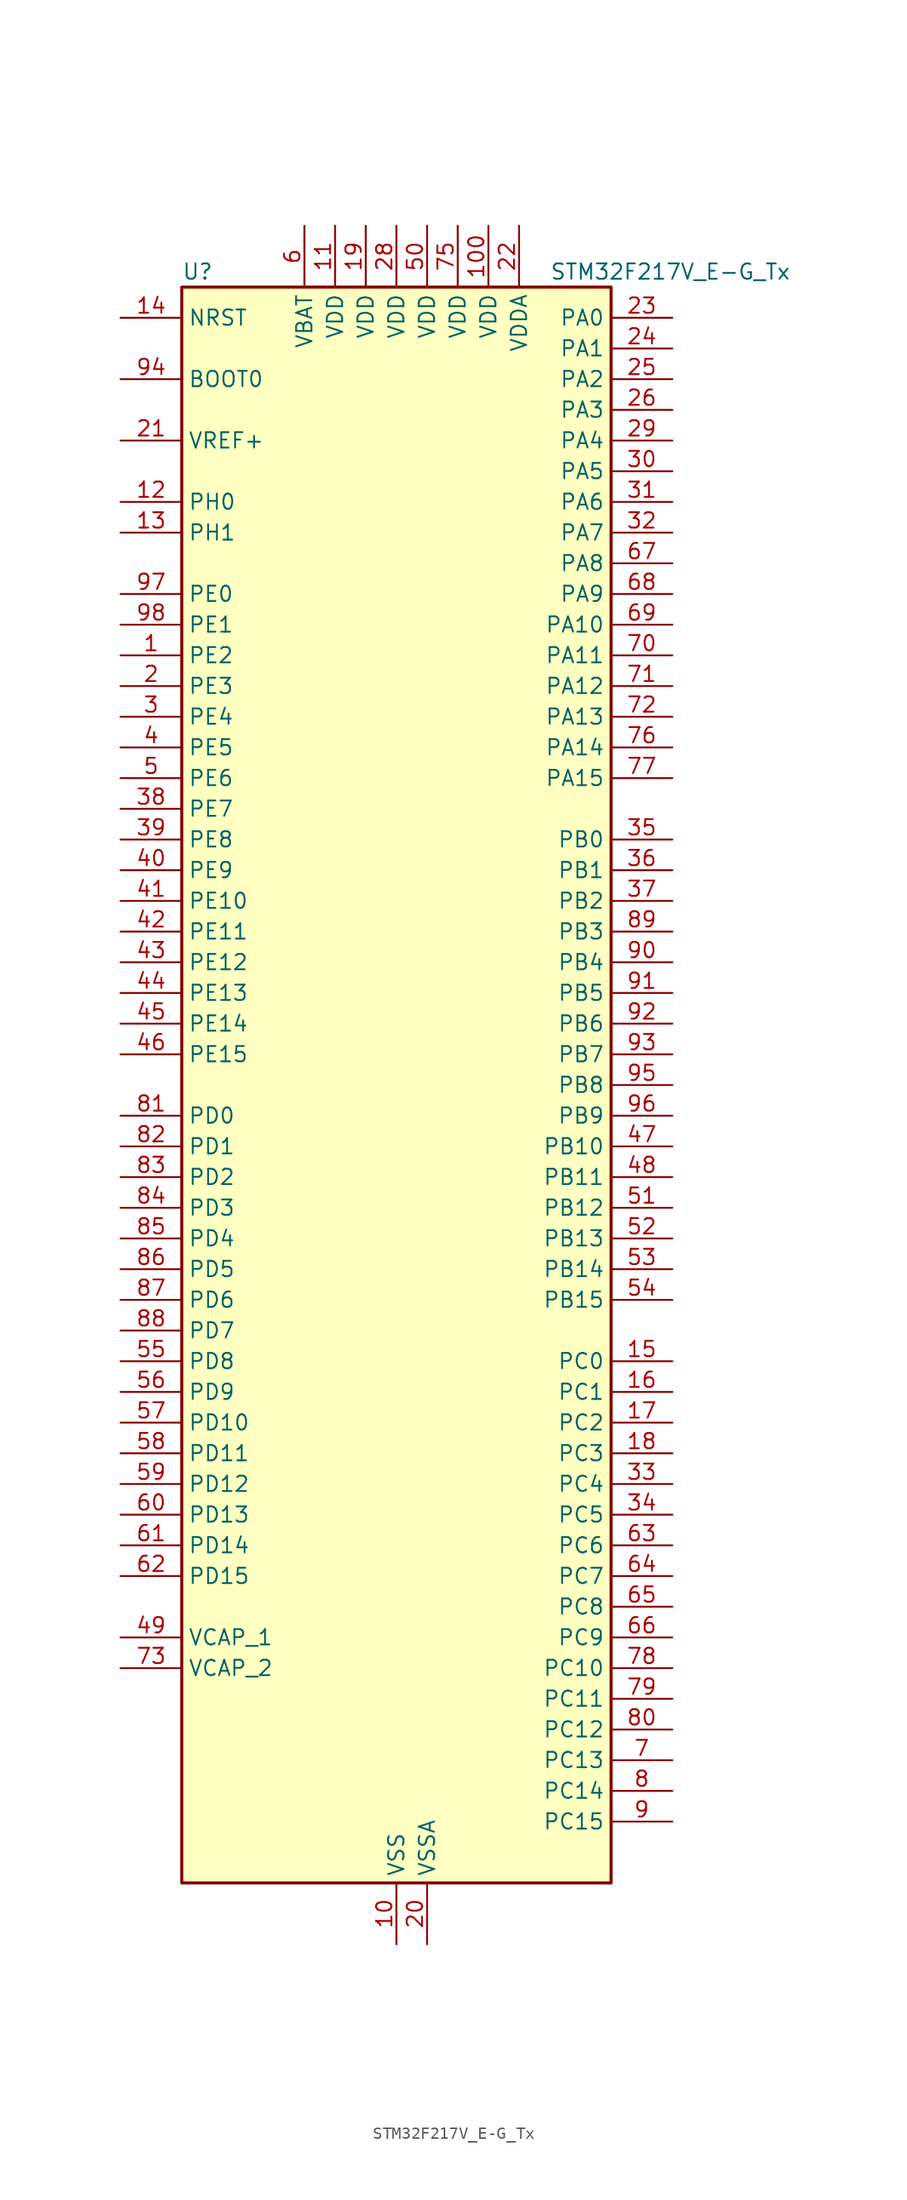
<source format=kicad_sym>
(kicad_symbol_lib
  (version 20220914)
  (generator kicad_symbol_editor)
  (symbol "STM32F217V_E-G_Tx"
    (property "Reference" "U"
      (at -17.78 67.31 0)
      (effects (font (size 1.27 1.27)) (justify left)))
    (property "Value" "STM32F217V_E-G_Tx"
      (at 12.7 67.31 0)
      (effects (font (size 1.27 1.27)) (justify left)))
    (property "ki_locked" ""
      (at 0 0 0)
      (effects (font (size 1.27 1.27))))
    (symbol "STM32F217V_E-G_Tx_0_1"
      (rectangle (start -17.78 -66.04) (end 17.78 66.04) (stroke (width 0.254) (type default)) (fill (type background))))
    (symbol "STM32F217V_E-G_Tx_1_1"
      (pin bidirectional line (at -22.86 35.56 0) (length 5.08) (name "PE2" (effects (font (size 1.27 1.27)))) (number "1" (effects (font (size 1.27 1.27)))) (alternate "ETH_TXD3" bidirectional line) (alternate "FSMC_A23" bidirectional line) (alternate "SYS_TRACECLK" bidirectional line))
      (pin power_in line (at 0 -71.12 90) (length 5.08) (name "VSS" (effects (font (size 1.27 1.27)))) (number "10" (effects (font (size 1.27 1.27)))))
      (pin power_in line (at 7.62 71.12 270) (length 5.08) (name "VDD" (effects (font (size 1.27 1.27)))) (number "100" (effects (font (size 1.27 1.27)))))
      (pin power_in line (at -5.08 71.12 270) (length 5.08) (name "VDD" (effects (font (size 1.27 1.27)))) (number "11" (effects (font (size 1.27 1.27)))))
      (pin bidirectional line (at -22.86 48.26 0) (length 5.08) (name "PH0" (effects (font (size 1.27 1.27)))) (number "12" (effects (font (size 1.27 1.27)))) (alternate "RCC_OSC_IN" bidirectional line))
      (pin bidirectional line (at -22.86 45.72 0) (length 5.08) (name "PH1" (effects (font (size 1.27 1.27)))) (number "13" (effects (font (size 1.27 1.27)))) (alternate "RCC_OSC_OUT" bidirectional line))
      (pin input line (at -22.86 63.5 0) (length 5.08) (name "NRST" (effects (font (size 1.27 1.27)))) (number "14" (effects (font (size 1.27 1.27)))))
      (pin bidirectional line (at 22.86 -22.86 180) (length 5.08) (name "PC0" (effects (font (size 1.27 1.27)))) (number "15" (effects (font (size 1.27 1.27)))) (alternate "ADC1_IN10" bidirectional line) (alternate "ADC2_IN10" bidirectional line) (alternate "ADC3_IN10" bidirectional line) (alternate "USB_OTG_HS_ULPI_STP" bidirectional line))
      (pin bidirectional line (at 22.86 -25.4 180) (length 5.08) (name "PC1" (effects (font (size 1.27 1.27)))) (number "16" (effects (font (size 1.27 1.27)))) (alternate "ADC1_IN11" bidirectional line) (alternate "ADC2_IN11" bidirectional line) (alternate "ADC3_IN11" bidirectional line) (alternate "ETH_MDC" bidirectional line))
      (pin bidirectional line (at 22.86 -27.94 180) (length 5.08) (name "PC2" (effects (font (size 1.27 1.27)))) (number "17" (effects (font (size 1.27 1.27)))) (alternate "ADC1_IN12" bidirectional line) (alternate "ADC2_IN12" bidirectional line) (alternate "ADC3_IN12" bidirectional line) (alternate "ETH_TXD2" bidirectional line) (alternate "SPI2_MISO" bidirectional line) (alternate "USB_OTG_HS_ULPI_DIR" bidirectional line))
      (pin bidirectional line (at 22.86 -30.48 180) (length 5.08) (name "PC3" (effects (font (size 1.27 1.27)))) (number "18" (effects (font (size 1.27 1.27)))) (alternate "ADC1_IN13" bidirectional line) (alternate "ADC2_IN13" bidirectional line) (alternate "ADC3_IN13" bidirectional line) (alternate "ETH_TX_CLK" bidirectional line) (alternate "I2S2_SD" bidirectional line) (alternate "SPI2_MOSI" bidirectional line) (alternate "USB_OTG_HS_ULPI_NXT" bidirectional line))
      (pin power_in line (at -2.54 71.12 270) (length 5.08) (name "VDD" (effects (font (size 1.27 1.27)))) (number "19" (effects (font (size 1.27 1.27)))))
      (pin bidirectional line (at -22.86 33.02 0) (length 5.08) (name "PE3" (effects (font (size 1.27 1.27)))) (number "2" (effects (font (size 1.27 1.27)))) (alternate "FSMC_A19" bidirectional line) (alternate "SYS_TRACED0" bidirectional line))
      (pin power_in line (at 2.54 -71.12 90) (length 5.08) (name "VSSA" (effects (font (size 1.27 1.27)))) (number "20" (effects (font (size 1.27 1.27)))))
      (pin input line (at -22.86 53.34 0) (length 5.08) (name "VREF+" (effects (font (size 1.27 1.27)))) (number "21" (effects (font (size 1.27 1.27)))))
      (pin power_in line (at 10.16 71.12 270) (length 5.08) (name "VDDA" (effects (font (size 1.27 1.27)))) (number "22" (effects (font (size 1.27 1.27)))))
      (pin bidirectional line (at 22.86 63.5 180) (length 5.08) (name "PA0" (effects (font (size 1.27 1.27)))) (number "23" (effects (font (size 1.27 1.27)))) (alternate "ADC1_IN0" bidirectional line) (alternate "ADC2_IN0" bidirectional line) (alternate "ADC3_IN0" bidirectional line) (alternate "ETH_CRS" bidirectional line) (alternate "SYS_WKUP" bidirectional line) (alternate "TIM2_CH1" bidirectional line) (alternate "TIM2_ETR" bidirectional line) (alternate "TIM5_CH1" bidirectional line) (alternate "TIM8_ETR" bidirectional line) (alternate "UART4_TX" bidirectional line) (alternate "USART2_CTS" bidirectional line))
      (pin bidirectional line (at 22.86 60.96 180) (length 5.08) (name "PA1" (effects (font (size 1.27 1.27)))) (number "24" (effects (font (size 1.27 1.27)))) (alternate "ADC1_IN1" bidirectional line) (alternate "ADC2_IN1" bidirectional line) (alternate "ADC3_IN1" bidirectional line) (alternate "ETH_REF_CLK" bidirectional line) (alternate "ETH_RX_CLK" bidirectional line) (alternate "TIM2_CH2" bidirectional line) (alternate "TIM5_CH2" bidirectional line) (alternate "UART4_RX" bidirectional line) (alternate "USART2_RTS" bidirectional line))
      (pin bidirectional line (at 22.86 58.42 180) (length 5.08) (name "PA2" (effects (font (size 1.27 1.27)))) (number "25" (effects (font (size 1.27 1.27)))) (alternate "ADC1_IN2" bidirectional line) (alternate "ADC2_IN2" bidirectional line) (alternate "ADC3_IN2" bidirectional line) (alternate "ETH_MDIO" bidirectional line) (alternate "TIM2_CH3" bidirectional line) (alternate "TIM5_CH3" bidirectional line) (alternate "TIM9_CH1" bidirectional line) (alternate "USART2_TX" bidirectional line))
      (pin bidirectional line (at 22.86 55.88 180) (length 5.08) (name "PA3" (effects (font (size 1.27 1.27)))) (number "26" (effects (font (size 1.27 1.27)))) (alternate "ADC1_IN3" bidirectional line) (alternate "ADC2_IN3" bidirectional line) (alternate "ADC3_IN3" bidirectional line) (alternate "ETH_COL" bidirectional line) (alternate "TIM2_CH4" bidirectional line) (alternate "TIM5_CH4" bidirectional line) (alternate "TIM9_CH2" bidirectional line) (alternate "USART2_RX" bidirectional line) (alternate "USB_OTG_HS_ULPI_D0" bidirectional line))
      (pin passive line (at 0 -71.12 90) (length 5.08) hide (name "VSS" (effects (font (size 1.27 1.27)))) (number "27" (effects (font (size 1.27 1.27)))))
      (pin power_in line (at 0 71.12 270) (length 5.08) (name "VDD" (effects (font (size 1.27 1.27)))) (number "28" (effects (font (size 1.27 1.27)))))
      (pin bidirectional line (at 22.86 53.34 180) (length 5.08) (name "PA4" (effects (font (size 1.27 1.27)))) (number "29" (effects (font (size 1.27 1.27)))) (alternate "ADC1_IN4" bidirectional line) (alternate "ADC2_IN4" bidirectional line) (alternate "DAC_OUT1" bidirectional line) (alternate "DCMI_HSYNC" bidirectional line) (alternate "I2S3_WS" bidirectional line) (alternate "SPI1_NSS" bidirectional line) (alternate "SPI3_NSS" bidirectional line) (alternate "USART2_CK" bidirectional line) (alternate "USB_OTG_HS_SOF" bidirectional line))
      (pin bidirectional line (at -22.86 30.48 0) (length 5.08) (name "PE4" (effects (font (size 1.27 1.27)))) (number "3" (effects (font (size 1.27 1.27)))) (alternate "DCMI_D4" bidirectional line) (alternate "FSMC_A20" bidirectional line) (alternate "SYS_TRACED1" bidirectional line))
      (pin bidirectional line (at 22.86 50.8 180) (length 5.08) (name "PA5" (effects (font (size 1.27 1.27)))) (number "30" (effects (font (size 1.27 1.27)))) (alternate "ADC1_IN5" bidirectional line) (alternate "ADC2_IN5" bidirectional line) (alternate "DAC_OUT2" bidirectional line) (alternate "SPI1_SCK" bidirectional line) (alternate "TIM2_CH1" bidirectional line) (alternate "TIM2_ETR" bidirectional line) (alternate "TIM8_CH1N" bidirectional line) (alternate "USB_OTG_HS_ULPI_CK" bidirectional line))
      (pin bidirectional line (at 22.86 48.26 180) (length 5.08) (name "PA6" (effects (font (size 1.27 1.27)))) (number "31" (effects (font (size 1.27 1.27)))) (alternate "ADC1_IN6" bidirectional line) (alternate "ADC2_IN6" bidirectional line) (alternate "DCMI_PIXCLK" bidirectional line) (alternate "SPI1_MISO" bidirectional line) (alternate "TIM13_CH1" bidirectional line) (alternate "TIM1_BKIN" bidirectional line) (alternate "TIM3_CH1" bidirectional line) (alternate "TIM8_BKIN" bidirectional line))
      (pin bidirectional line (at 22.86 45.72 180) (length 5.08) (name "PA7" (effects (font (size 1.27 1.27)))) (number "32" (effects (font (size 1.27 1.27)))) (alternate "ADC1_IN7" bidirectional line) (alternate "ADC2_IN7" bidirectional line) (alternate "ETH_CRS_DV" bidirectional line) (alternate "ETH_RX_DV" bidirectional line) (alternate "SPI1_MOSI" bidirectional line) (alternate "TIM14_CH1" bidirectional line) (alternate "TIM1_CH1N" bidirectional line) (alternate "TIM3_CH2" bidirectional line) (alternate "TIM8_CH1N" bidirectional line))
      (pin bidirectional line (at 22.86 -33.02 180) (length 5.08) (name "PC4" (effects (font (size 1.27 1.27)))) (number "33" (effects (font (size 1.27 1.27)))) (alternate "ADC1_IN14" bidirectional line) (alternate "ADC2_IN14" bidirectional line) (alternate "ETH_RXD0" bidirectional line))
      (pin bidirectional line (at 22.86 -35.56 180) (length 5.08) (name "PC5" (effects (font (size 1.27 1.27)))) (number "34" (effects (font (size 1.27 1.27)))) (alternate "ADC1_IN15" bidirectional line) (alternate "ADC2_IN15" bidirectional line) (alternate "ETH_RXD1" bidirectional line))
      (pin bidirectional line (at 22.86 20.32 180) (length 5.08) (name "PB0" (effects (font (size 1.27 1.27)))) (number "35" (effects (font (size 1.27 1.27)))) (alternate "ADC1_IN8" bidirectional line) (alternate "ADC2_IN8" bidirectional line) (alternate "ETH_RXD2" bidirectional line) (alternate "TIM1_CH2N" bidirectional line) (alternate "TIM3_CH3" bidirectional line) (alternate "TIM8_CH2N" bidirectional line) (alternate "USB_OTG_HS_ULPI_D1" bidirectional line))
      (pin bidirectional line (at 22.86 17.78 180) (length 5.08) (name "PB1" (effects (font (size 1.27 1.27)))) (number "36" (effects (font (size 1.27 1.27)))) (alternate "ADC1_IN9" bidirectional line) (alternate "ADC2_IN9" bidirectional line) (alternate "ETH_RXD3" bidirectional line) (alternate "TIM1_CH3N" bidirectional line) (alternate "TIM3_CH4" bidirectional line) (alternate "TIM8_CH3N" bidirectional line) (alternate "USB_OTG_HS_ULPI_D2" bidirectional line))
      (pin bidirectional line (at 22.86 15.24 180) (length 5.08) (name "PB2" (effects (font (size 1.27 1.27)))) (number "37" (effects (font (size 1.27 1.27)))))
      (pin bidirectional line (at -22.86 22.86 0) (length 5.08) (name "PE7" (effects (font (size 1.27 1.27)))) (number "38" (effects (font (size 1.27 1.27)))) (alternate "FSMC_D4" bidirectional line) (alternate "FSMC_DA4" bidirectional line) (alternate "TIM1_ETR" bidirectional line))
      (pin bidirectional line (at -22.86 20.32 0) (length 5.08) (name "PE8" (effects (font (size 1.27 1.27)))) (number "39" (effects (font (size 1.27 1.27)))) (alternate "FSMC_D5" bidirectional line) (alternate "FSMC_DA5" bidirectional line) (alternate "TIM1_CH1N" bidirectional line))
      (pin bidirectional line (at -22.86 27.94 0) (length 5.08) (name "PE5" (effects (font (size 1.27 1.27)))) (number "4" (effects (font (size 1.27 1.27)))) (alternate "DCMI_D6" bidirectional line) (alternate "FSMC_A21" bidirectional line) (alternate "SYS_TRACED2" bidirectional line) (alternate "TIM9_CH1" bidirectional line))
      (pin bidirectional line (at -22.86 17.78 0) (length 5.08) (name "PE9" (effects (font (size 1.27 1.27)))) (number "40" (effects (font (size 1.27 1.27)))) (alternate "DAC_EXTI9" bidirectional line) (alternate "FSMC_D6" bidirectional line) (alternate "FSMC_DA6" bidirectional line) (alternate "TIM1_CH1" bidirectional line))
      (pin bidirectional line (at -22.86 15.24 0) (length 5.08) (name "PE10" (effects (font (size 1.27 1.27)))) (number "41" (effects (font (size 1.27 1.27)))) (alternate "FSMC_D7" bidirectional line) (alternate "FSMC_DA7" bidirectional line) (alternate "TIM1_CH2N" bidirectional line))
      (pin bidirectional line (at -22.86 12.7 0) (length 5.08) (name "PE11" (effects (font (size 1.27 1.27)))) (number "42" (effects (font (size 1.27 1.27)))) (alternate "ADC1_EXTI11" bidirectional line) (alternate "ADC2_EXTI11" bidirectional line) (alternate "ADC3_EXTI11" bidirectional line) (alternate "FSMC_D8" bidirectional line) (alternate "FSMC_DA8" bidirectional line) (alternate "TIM1_CH2" bidirectional line))
      (pin bidirectional line (at -22.86 10.16 0) (length 5.08) (name "PE12" (effects (font (size 1.27 1.27)))) (number "43" (effects (font (size 1.27 1.27)))) (alternate "FSMC_D9" bidirectional line) (alternate "FSMC_DA9" bidirectional line) (alternate "TIM1_CH3N" bidirectional line))
      (pin bidirectional line (at -22.86 7.62 0) (length 5.08) (name "PE13" (effects (font (size 1.27 1.27)))) (number "44" (effects (font (size 1.27 1.27)))) (alternate "FSMC_D10" bidirectional line) (alternate "FSMC_DA10" bidirectional line) (alternate "TIM1_CH3" bidirectional line))
      (pin bidirectional line (at -22.86 5.08 0) (length 5.08) (name "PE14" (effects (font (size 1.27 1.27)))) (number "45" (effects (font (size 1.27 1.27)))) (alternate "FSMC_D11" bidirectional line) (alternate "FSMC_DA11" bidirectional line) (alternate "TIM1_CH4" bidirectional line))
      (pin bidirectional line (at -22.86 2.54 0) (length 5.08) (name "PE15" (effects (font (size 1.27 1.27)))) (number "46" (effects (font (size 1.27 1.27)))) (alternate "ADC1_EXTI15" bidirectional line) (alternate "ADC2_EXTI15" bidirectional line) (alternate "ADC3_EXTI15" bidirectional line) (alternate "FSMC_D12" bidirectional line) (alternate "FSMC_DA12" bidirectional line) (alternate "TIM1_BKIN" bidirectional line))
      (pin bidirectional line (at 22.86 -5.08 180) (length 5.08) (name "PB10" (effects (font (size 1.27 1.27)))) (number "47" (effects (font (size 1.27 1.27)))) (alternate "ETH_RX_ER" bidirectional line) (alternate "I2C2_SCL" bidirectional line) (alternate "I2S2_SCK" bidirectional line) (alternate "SPI2_SCK" bidirectional line) (alternate "TIM2_CH3" bidirectional line) (alternate "USART3_TX" bidirectional line) (alternate "USB_OTG_HS_ULPI_D3" bidirectional line))
      (pin bidirectional line (at 22.86 -7.62 180) (length 5.08) (name "PB11" (effects (font (size 1.27 1.27)))) (number "48" (effects (font (size 1.27 1.27)))) (alternate "ADC1_EXTI11" bidirectional line) (alternate "ADC2_EXTI11" bidirectional line) (alternate "ADC3_EXTI11" bidirectional line) (alternate "ETH_TX_EN" bidirectional line) (alternate "I2C2_SDA" bidirectional line) (alternate "TIM2_CH4" bidirectional line) (alternate "USART3_RX" bidirectional line) (alternate "USB_OTG_HS_ULPI_D4" bidirectional line))
      (pin power_out line (at -22.86 -45.72 0) (length 5.08) (name "VCAP_1" (effects (font (size 1.27 1.27)))) (number "49" (effects (font (size 1.27 1.27)))))
      (pin bidirectional line (at -22.86 25.4 0) (length 5.08) (name "PE6" (effects (font (size 1.27 1.27)))) (number "5" (effects (font (size 1.27 1.27)))) (alternate "DCMI_D7" bidirectional line) (alternate "FSMC_A22" bidirectional line) (alternate "SYS_TRACED3" bidirectional line) (alternate "TIM9_CH2" bidirectional line))
      (pin power_in line (at 2.54 71.12 270) (length 5.08) (name "VDD" (effects (font (size 1.27 1.27)))) (number "50" (effects (font (size 1.27 1.27)))))
      (pin bidirectional line (at 22.86 -10.16 180) (length 5.08) (name "PB12" (effects (font (size 1.27 1.27)))) (number "51" (effects (font (size 1.27 1.27)))) (alternate "CAN2_RX" bidirectional line) (alternate "ETH_TXD0" bidirectional line) (alternate "I2C2_SMBA" bidirectional line) (alternate "I2S2_WS" bidirectional line) (alternate "SPI2_NSS" bidirectional line) (alternate "TIM1_BKIN" bidirectional line) (alternate "USART3_CK" bidirectional line) (alternate "USB_OTG_HS_ID" bidirectional line) (alternate "USB_OTG_HS_ULPI_D5" bidirectional line))
      (pin bidirectional line (at 22.86 -12.7 180) (length 5.08) (name "PB13" (effects (font (size 1.27 1.27)))) (number "52" (effects (font (size 1.27 1.27)))) (alternate "CAN2_TX" bidirectional line) (alternate "ETH_TXD1" bidirectional line) (alternate "I2S2_SCK" bidirectional line) (alternate "SPI2_SCK" bidirectional line) (alternate "TIM1_CH1N" bidirectional line) (alternate "USART3_CTS" bidirectional line) (alternate "USB_OTG_HS_ULPI_D6" bidirectional line) (alternate "USB_OTG_HS_VBUS" bidirectional line))
      (pin bidirectional line (at 22.86 -15.24 180) (length 5.08) (name "PB14" (effects (font (size 1.27 1.27)))) (number "53" (effects (font (size 1.27 1.27)))) (alternate "SPI2_MISO" bidirectional line) (alternate "TIM12_CH1" bidirectional line) (alternate "TIM1_CH2N" bidirectional line) (alternate "TIM8_CH2N" bidirectional line) (alternate "USART3_RTS" bidirectional line) (alternate "USB_OTG_HS_DM" bidirectional line))
      (pin bidirectional line (at 22.86 -17.78 180) (length 5.08) (name "PB15" (effects (font (size 1.27 1.27)))) (number "54" (effects (font (size 1.27 1.27)))) (alternate "ADC1_EXTI15" bidirectional line) (alternate "ADC2_EXTI15" bidirectional line) (alternate "ADC3_EXTI15" bidirectional line) (alternate "I2S2_SD" bidirectional line) (alternate "RTC_REFIN" bidirectional line) (alternate "SPI2_MOSI" bidirectional line) (alternate "TIM12_CH2" bidirectional line) (alternate "TIM1_CH3N" bidirectional line) (alternate "TIM8_CH3N" bidirectional line) (alternate "USB_OTG_HS_DP" bidirectional line))
      (pin bidirectional line (at -22.86 -22.86 0) (length 5.08) (name "PD8" (effects (font (size 1.27 1.27)))) (number "55" (effects (font (size 1.27 1.27)))) (alternate "FSMC_D13" bidirectional line) (alternate "FSMC_DA13" bidirectional line) (alternate "USART3_TX" bidirectional line))
      (pin bidirectional line (at -22.86 -25.4 0) (length 5.08) (name "PD9" (effects (font (size 1.27 1.27)))) (number "56" (effects (font (size 1.27 1.27)))) (alternate "DAC_EXTI9" bidirectional line) (alternate "FSMC_D14" bidirectional line) (alternate "FSMC_DA14" bidirectional line) (alternate "USART3_RX" bidirectional line))
      (pin bidirectional line (at -22.86 -27.94 0) (length 5.08) (name "PD10" (effects (font (size 1.27 1.27)))) (number "57" (effects (font (size 1.27 1.27)))) (alternate "FSMC_D15" bidirectional line) (alternate "FSMC_DA15" bidirectional line) (alternate "USART3_CK" bidirectional line))
      (pin bidirectional line (at -22.86 -30.48 0) (length 5.08) (name "PD11" (effects (font (size 1.27 1.27)))) (number "58" (effects (font (size 1.27 1.27)))) (alternate "ADC1_EXTI11" bidirectional line) (alternate "ADC2_EXTI11" bidirectional line) (alternate "ADC3_EXTI11" bidirectional line) (alternate "FSMC_A16" bidirectional line) (alternate "FSMC_CLE" bidirectional line) (alternate "USART3_CTS" bidirectional line))
      (pin bidirectional line (at -22.86 -33.02 0) (length 5.08) (name "PD12" (effects (font (size 1.27 1.27)))) (number "59" (effects (font (size 1.27 1.27)))) (alternate "FSMC_A17" bidirectional line) (alternate "FSMC_ALE" bidirectional line) (alternate "TIM4_CH1" bidirectional line) (alternate "USART3_RTS" bidirectional line))
      (pin power_in line (at -7.62 71.12 270) (length 5.08) (name "VBAT" (effects (font (size 1.27 1.27)))) (number "6" (effects (font (size 1.27 1.27)))))
      (pin bidirectional line (at -22.86 -35.56 0) (length 5.08) (name "PD13" (effects (font (size 1.27 1.27)))) (number "60" (effects (font (size 1.27 1.27)))) (alternate "FSMC_A18" bidirectional line) (alternate "TIM4_CH2" bidirectional line))
      (pin bidirectional line (at -22.86 -38.1 0) (length 5.08) (name "PD14" (effects (font (size 1.27 1.27)))) (number "61" (effects (font (size 1.27 1.27)))) (alternate "FSMC_D0" bidirectional line) (alternate "FSMC_DA0" bidirectional line) (alternate "TIM4_CH3" bidirectional line))
      (pin bidirectional line (at -22.86 -40.64 0) (length 5.08) (name "PD15" (effects (font (size 1.27 1.27)))) (number "62" (effects (font (size 1.27 1.27)))) (alternate "ADC1_EXTI15" bidirectional line) (alternate "ADC2_EXTI15" bidirectional line) (alternate "ADC3_EXTI15" bidirectional line) (alternate "FSMC_D1" bidirectional line) (alternate "FSMC_DA1" bidirectional line) (alternate "TIM4_CH4" bidirectional line))
      (pin bidirectional line (at 22.86 -38.1 180) (length 5.08) (name "PC6" (effects (font (size 1.27 1.27)))) (number "63" (effects (font (size 1.27 1.27)))) (alternate "DCMI_D0" bidirectional line) (alternate "I2S2_MCK" bidirectional line) (alternate "SDIO_D6" bidirectional line) (alternate "TIM3_CH1" bidirectional line) (alternate "TIM8_CH1" bidirectional line) (alternate "USART6_TX" bidirectional line))
      (pin bidirectional line (at 22.86 -40.64 180) (length 5.08) (name "PC7" (effects (font (size 1.27 1.27)))) (number "64" (effects (font (size 1.27 1.27)))) (alternate "DCMI_D1" bidirectional line) (alternate "I2S3_MCK" bidirectional line) (alternate "SDIO_D7" bidirectional line) (alternate "TIM3_CH2" bidirectional line) (alternate "TIM8_CH2" bidirectional line) (alternate "USART6_RX" bidirectional line))
      (pin bidirectional line (at 22.86 -43.18 180) (length 5.08) (name "PC8" (effects (font (size 1.27 1.27)))) (number "65" (effects (font (size 1.27 1.27)))) (alternate "DCMI_D2" bidirectional line) (alternate "SDIO_D0" bidirectional line) (alternate "TIM3_CH3" bidirectional line) (alternate "TIM8_CH3" bidirectional line) (alternate "USART6_CK" bidirectional line))
      (pin bidirectional line (at 22.86 -45.72 180) (length 5.08) (name "PC9" (effects (font (size 1.27 1.27)))) (number "66" (effects (font (size 1.27 1.27)))) (alternate "DAC_EXTI9" bidirectional line) (alternate "DCMI_D3" bidirectional line) (alternate "I2C3_SDA" bidirectional line) (alternate "I2S_CKIN" bidirectional line) (alternate "RCC_MCO_2" bidirectional line) (alternate "SDIO_D1" bidirectional line) (alternate "TIM3_CH4" bidirectional line) (alternate "TIM8_CH4" bidirectional line))
      (pin bidirectional line (at 22.86 43.18 180) (length 5.08) (name "PA8" (effects (font (size 1.27 1.27)))) (number "67" (effects (font (size 1.27 1.27)))) (alternate "I2C3_SCL" bidirectional line) (alternate "RCC_MCO_1" bidirectional line) (alternate "TIM1_CH1" bidirectional line) (alternate "USART1_CK" bidirectional line) (alternate "USB_OTG_FS_SOF" bidirectional line))
      (pin bidirectional line (at 22.86 40.64 180) (length 5.08) (name "PA9" (effects (font (size 1.27 1.27)))) (number "68" (effects (font (size 1.27 1.27)))) (alternate "DAC_EXTI9" bidirectional line) (alternate "DCMI_D0" bidirectional line) (alternate "I2C3_SMBA" bidirectional line) (alternate "TIM1_CH2" bidirectional line) (alternate "USART1_TX" bidirectional line) (alternate "USB_OTG_FS_VBUS" bidirectional line))
      (pin bidirectional line (at 22.86 38.1 180) (length 5.08) (name "PA10" (effects (font (size 1.27 1.27)))) (number "69" (effects (font (size 1.27 1.27)))) (alternate "DCMI_D1" bidirectional line) (alternate "TIM1_CH3" bidirectional line) (alternate "USART1_RX" bidirectional line) (alternate "USB_OTG_FS_ID" bidirectional line))
      (pin bidirectional line (at 22.86 -55.88 180) (length 5.08) (name "PC13" (effects (font (size 1.27 1.27)))) (number "7" (effects (font (size 1.27 1.27)))) (alternate "RTC_AF1" bidirectional line))
      (pin bidirectional line (at 22.86 35.56 180) (length 5.08) (name "PA11" (effects (font (size 1.27 1.27)))) (number "70" (effects (font (size 1.27 1.27)))) (alternate "ADC1_EXTI11" bidirectional line) (alternate "ADC2_EXTI11" bidirectional line) (alternate "ADC3_EXTI11" bidirectional line) (alternate "CAN1_RX" bidirectional line) (alternate "TIM1_CH4" bidirectional line) (alternate "USART1_CTS" bidirectional line) (alternate "USB_OTG_FS_DM" bidirectional line))
      (pin bidirectional line (at 22.86 33.02 180) (length 5.08) (name "PA12" (effects (font (size 1.27 1.27)))) (number "71" (effects (font (size 1.27 1.27)))) (alternate "CAN1_TX" bidirectional line) (alternate "TIM1_ETR" bidirectional line) (alternate "USART1_RTS" bidirectional line) (alternate "USB_OTG_FS_DP" bidirectional line))
      (pin bidirectional line (at 22.86 30.48 180) (length 5.08) (name "PA13" (effects (font (size 1.27 1.27)))) (number "72" (effects (font (size 1.27 1.27)))) (alternate "SYS_JTMS-SWDIO" bidirectional line))
      (pin power_out line (at -22.86 -48.26 0) (length 5.08) (name "VCAP_2" (effects (font (size 1.27 1.27)))) (number "73" (effects (font (size 1.27 1.27)))))
      (pin passive line (at 0 -71.12 90) (length 5.08) hide (name "VSS" (effects (font (size 1.27 1.27)))) (number "74" (effects (font (size 1.27 1.27)))))
      (pin power_in line (at 5.08 71.12 270) (length 5.08) (name "VDD" (effects (font (size 1.27 1.27)))) (number "75" (effects (font (size 1.27 1.27)))))
      (pin bidirectional line (at 22.86 27.94 180) (length 5.08) (name "PA14" (effects (font (size 1.27 1.27)))) (number "76" (effects (font (size 1.27 1.27)))) (alternate "SYS_JTCK-SWCLK" bidirectional line))
      (pin bidirectional line (at 22.86 25.4 180) (length 5.08) (name "PA15" (effects (font (size 1.27 1.27)))) (number "77" (effects (font (size 1.27 1.27)))) (alternate "ADC1_EXTI15" bidirectional line) (alternate "ADC2_EXTI15" bidirectional line) (alternate "ADC3_EXTI15" bidirectional line) (alternate "I2S3_WS" bidirectional line) (alternate "SPI1_NSS" bidirectional line) (alternate "SPI3_NSS" bidirectional line) (alternate "SYS_JTDI" bidirectional line) (alternate "TIM2_CH1" bidirectional line) (alternate "TIM2_ETR" bidirectional line))
      (pin bidirectional line (at 22.86 -48.26 180) (length 5.08) (name "PC10" (effects (font (size 1.27 1.27)))) (number "78" (effects (font (size 1.27 1.27)))) (alternate "DCMI_D8" bidirectional line) (alternate "I2S3_SCK" bidirectional line) (alternate "SDIO_D2" bidirectional line) (alternate "SPI3_SCK" bidirectional line) (alternate "UART4_TX" bidirectional line) (alternate "USART3_TX" bidirectional line))
      (pin bidirectional line (at 22.86 -50.8 180) (length 5.08) (name "PC11" (effects (font (size 1.27 1.27)))) (number "79" (effects (font (size 1.27 1.27)))) (alternate "ADC1_EXTI11" bidirectional line) (alternate "ADC2_EXTI11" bidirectional line) (alternate "ADC3_EXTI11" bidirectional line) (alternate "DCMI_D4" bidirectional line) (alternate "SDIO_D3" bidirectional line) (alternate "SPI3_MISO" bidirectional line) (alternate "UART4_RX" bidirectional line) (alternate "USART3_RX" bidirectional line))
      (pin bidirectional line (at 22.86 -58.42 180) (length 5.08) (name "PC14" (effects (font (size 1.27 1.27)))) (number "8" (effects (font (size 1.27 1.27)))) (alternate "RCC_OSC32_IN" bidirectional line))
      (pin bidirectional line (at 22.86 -53.34 180) (length 5.08) (name "PC12" (effects (font (size 1.27 1.27)))) (number "80" (effects (font (size 1.27 1.27)))) (alternate "DCMI_D9" bidirectional line) (alternate "I2S3_SD" bidirectional line) (alternate "SDIO_CK" bidirectional line) (alternate "SPI3_MOSI" bidirectional line) (alternate "UART5_TX" bidirectional line) (alternate "USART3_CK" bidirectional line))
      (pin bidirectional line (at -22.86 -2.54 0) (length 5.08) (name "PD0" (effects (font (size 1.27 1.27)))) (number "81" (effects (font (size 1.27 1.27)))) (alternate "CAN1_RX" bidirectional line) (alternate "FSMC_D2" bidirectional line) (alternate "FSMC_DA2" bidirectional line))
      (pin bidirectional line (at -22.86 -5.08 0) (length 5.08) (name "PD1" (effects (font (size 1.27 1.27)))) (number "82" (effects (font (size 1.27 1.27)))) (alternate "CAN1_TX" bidirectional line) (alternate "FSMC_D3" bidirectional line) (alternate "FSMC_DA3" bidirectional line))
      (pin bidirectional line (at -22.86 -7.62 0) (length 5.08) (name "PD2" (effects (font (size 1.27 1.27)))) (number "83" (effects (font (size 1.27 1.27)))) (alternate "DCMI_D11" bidirectional line) (alternate "SDIO_CMD" bidirectional line) (alternate "TIM3_ETR" bidirectional line) (alternate "UART5_RX" bidirectional line))
      (pin bidirectional line (at -22.86 -10.16 0) (length 5.08) (name "PD3" (effects (font (size 1.27 1.27)))) (number "84" (effects (font (size 1.27 1.27)))) (alternate "FSMC_CLK" bidirectional line) (alternate "USART2_CTS" bidirectional line))
      (pin bidirectional line (at -22.86 -12.7 0) (length 5.08) (name "PD4" (effects (font (size 1.27 1.27)))) (number "85" (effects (font (size 1.27 1.27)))) (alternate "FSMC_NOE" bidirectional line) (alternate "USART2_RTS" bidirectional line))
      (pin bidirectional line (at -22.86 -15.24 0) (length 5.08) (name "PD5" (effects (font (size 1.27 1.27)))) (number "86" (effects (font (size 1.27 1.27)))) (alternate "FSMC_NWE" bidirectional line) (alternate "USART2_TX" bidirectional line))
      (pin bidirectional line (at -22.86 -17.78 0) (length 5.08) (name "PD6" (effects (font (size 1.27 1.27)))) (number "87" (effects (font (size 1.27 1.27)))) (alternate "FSMC_NWAIT" bidirectional line) (alternate "USART2_RX" bidirectional line))
      (pin bidirectional line (at -22.86 -20.32 0) (length 5.08) (name "PD7" (effects (font (size 1.27 1.27)))) (number "88" (effects (font (size 1.27 1.27)))) (alternate "FSMC_NCE2" bidirectional line) (alternate "FSMC_NE1" bidirectional line) (alternate "USART2_CK" bidirectional line))
      (pin bidirectional line (at 22.86 12.7 180) (length 5.08) (name "PB3" (effects (font (size 1.27 1.27)))) (number "89" (effects (font (size 1.27 1.27)))) (alternate "I2S3_SCK" bidirectional line) (alternate "SPI1_SCK" bidirectional line) (alternate "SPI3_SCK" bidirectional line) (alternate "SYS_JTDO-SWO" bidirectional line) (alternate "TIM2_CH2" bidirectional line))
      (pin bidirectional line (at 22.86 -60.96 180) (length 5.08) (name "PC15" (effects (font (size 1.27 1.27)))) (number "9" (effects (font (size 1.27 1.27)))) (alternate "ADC1_EXTI15" bidirectional line) (alternate "ADC2_EXTI15" bidirectional line) (alternate "ADC3_EXTI15" bidirectional line) (alternate "RCC_OSC32_OUT" bidirectional line))
      (pin bidirectional line (at 22.86 10.16 180) (length 5.08) (name "PB4" (effects (font (size 1.27 1.27)))) (number "90" (effects (font (size 1.27 1.27)))) (alternate "SPI1_MISO" bidirectional line) (alternate "SPI3_MISO" bidirectional line) (alternate "SYS_JTRST" bidirectional line) (alternate "TIM3_CH1" bidirectional line))
      (pin bidirectional line (at 22.86 7.62 180) (length 5.08) (name "PB5" (effects (font (size 1.27 1.27)))) (number "91" (effects (font (size 1.27 1.27)))) (alternate "CAN2_RX" bidirectional line) (alternate "DCMI_D10" bidirectional line) (alternate "ETH_PPS_OUT" bidirectional line) (alternate "I2C1_SMBA" bidirectional line) (alternate "I2S3_SD" bidirectional line) (alternate "SPI1_MOSI" bidirectional line) (alternate "SPI3_MOSI" bidirectional line) (alternate "TIM3_CH2" bidirectional line) (alternate "USB_OTG_HS_ULPI_D7" bidirectional line))
      (pin bidirectional line (at 22.86 5.08 180) (length 5.08) (name "PB6" (effects (font (size 1.27 1.27)))) (number "92" (effects (font (size 1.27 1.27)))) (alternate "CAN2_TX" bidirectional line) (alternate "DCMI_D5" bidirectional line) (alternate "I2C1_SCL" bidirectional line) (alternate "TIM4_CH1" bidirectional line) (alternate "USART1_TX" bidirectional line))
      (pin bidirectional line (at 22.86 2.54 180) (length 5.08) (name "PB7" (effects (font (size 1.27 1.27)))) (number "93" (effects (font (size 1.27 1.27)))) (alternate "DCMI_VSYNC" bidirectional line) (alternate "FSMC_NL" bidirectional line) (alternate "I2C1_SDA" bidirectional line) (alternate "TIM4_CH2" bidirectional line) (alternate "USART1_RX" bidirectional line))
      (pin input line (at -22.86 58.42 0) (length 5.08) (name "BOOT0" (effects (font (size 1.27 1.27)))) (number "94" (effects (font (size 1.27 1.27)))))
      (pin bidirectional line (at 22.86 0 180) (length 5.08) (name "PB8" (effects (font (size 1.27 1.27)))) (number "95" (effects (font (size 1.27 1.27)))) (alternate "CAN1_RX" bidirectional line) (alternate "DCMI_D6" bidirectional line) (alternate "ETH_TXD3" bidirectional line) (alternate "I2C1_SCL" bidirectional line) (alternate "SDIO_D4" bidirectional line) (alternate "TIM10_CH1" bidirectional line) (alternate "TIM4_CH3" bidirectional line))
      (pin bidirectional line (at 22.86 -2.54 180) (length 5.08) (name "PB9" (effects (font (size 1.27 1.27)))) (number "96" (effects (font (size 1.27 1.27)))) (alternate "CAN1_TX" bidirectional line) (alternate "DAC_EXTI9" bidirectional line) (alternate "DCMI_D7" bidirectional line) (alternate "I2C1_SDA" bidirectional line) (alternate "I2S2_WS" bidirectional line) (alternate "SDIO_D5" bidirectional line) (alternate "SPI2_NSS" bidirectional line) (alternate "TIM11_CH1" bidirectional line) (alternate "TIM4_CH4" bidirectional line))
      (pin bidirectional line (at -22.86 40.64 0) (length 5.08) (name "PE0" (effects (font (size 1.27 1.27)))) (number "97" (effects (font (size 1.27 1.27)))) (alternate "DCMI_D2" bidirectional line) (alternate "FSMC_NBL0" bidirectional line) (alternate "TIM4_ETR" bidirectional line))
      (pin bidirectional line (at -22.86 38.1 0) (length 5.08) (name "PE1" (effects (font (size 1.27 1.27)))) (number "98" (effects (font (size 1.27 1.27)))) (alternate "DCMI_D3" bidirectional line) (alternate "FSMC_NBL1" bidirectional line))
      (pin no_connect line (at -17.78 -66.04 0) (length 5.08) hide (name "RFU" (effects (font (size 1.27 1.27)))) (number "99" (effects (font (size 1.27 1.27))))))))
</source>
